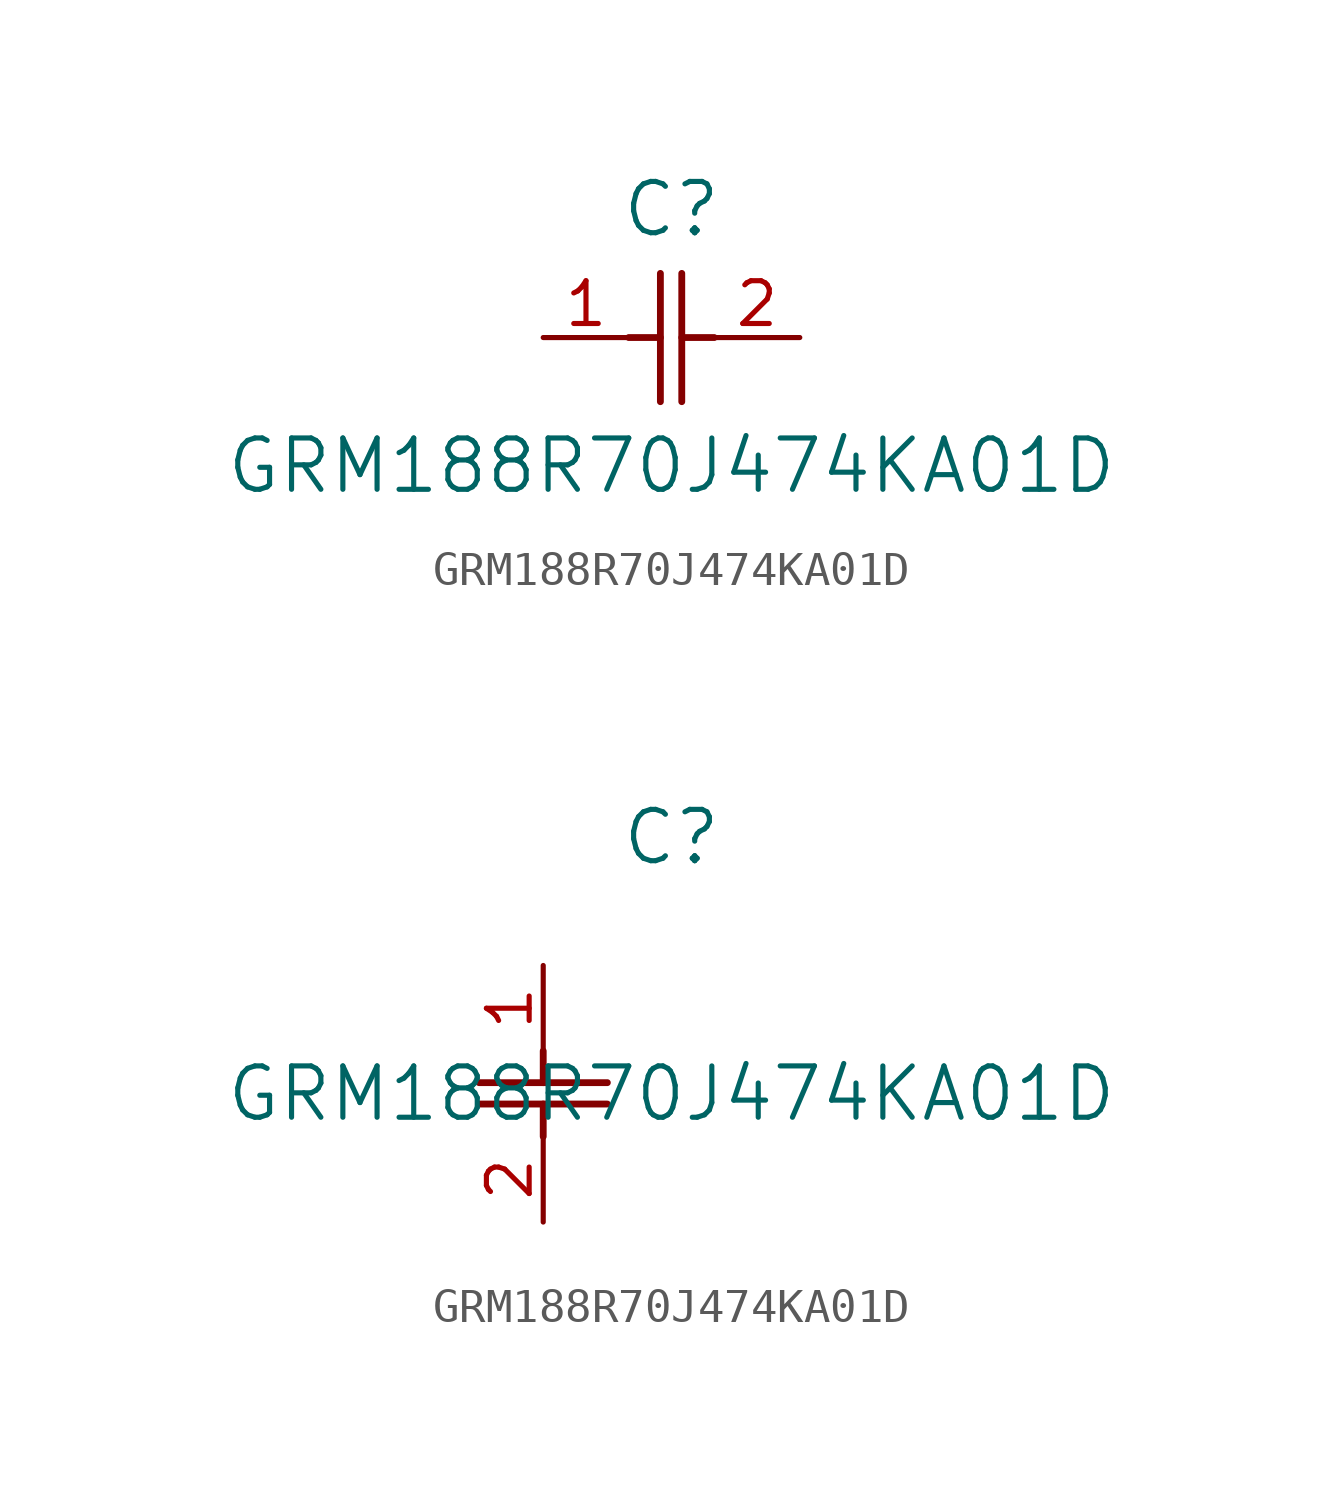
<source format=kicad_sym>
(kicad_symbol_lib
  (version 20211014)
  (generator kicad_symbol_editor)
  (symbol "GRM188R70J474KA01D"
    (pin_names
      (offset 0.254))
    (property "Reference" "C"
      (at 3.81 3.81 0)
      (effects (font (size 1.524 1.524))))
    (property "Value" "GRM188R70J474KA01D"
      (at 3.81 -3.81 0)
      (effects (font (size 1.524 1.524))))
    (symbol "GRM188R70J474KA01D_1_1"
      (polyline (pts (xy 3.48 -1.905) (xy 3.48 1.905)) (stroke (width 0.203) (type default) (color 0 0 0 0)) (fill (type none)))
      (polyline (pts (xy 4.115 -1.905) (xy 4.115 1.905)) (stroke (width 0.203) (type default) (color 0 0 0 0)) (fill (type none)))
      (polyline (pts (xy 4.115 0) (xy 5.08 0)) (stroke (width 0.203) (type default) (color 0 0 0 0)) (fill (type none)))
      (polyline (pts (xy 2.54 0) (xy 3.48 0)) (stroke (width 0.203) (type default) (color 0 0 0 0)) (fill (type none)))
      (pin unspecified line (at 0 0 0) (length 2.54) (name "" (effects (font (size 1.27 1.27)))) (number "1" (effects (font (size 1.27 1.27)))))
      (pin unspecified line (at 7.62 0 180) (length 2.54) (name "" (effects (font (size 1.27 1.27)))) (number "2" (effects (font (size 1.27 1.27))))))
    (symbol "GRM188R70J474KA01D_1_2"
      (polyline (pts (xy -1.905 -3.48) (xy 1.905 -3.48)) (stroke (width 0.203) (type default) (color 0 0 0 0)) (fill (type none)))
      (polyline (pts (xy -1.905 -4.115) (xy 1.905 -4.115)) (stroke (width 0.203) (type default) (color 0 0 0 0)) (fill (type none)))
      (polyline (pts (xy 0 -4.115) (xy 0 -5.08)) (stroke (width 0.203) (type default) (color 0 0 0 0)) (fill (type none)))
      (polyline (pts (xy 0 -2.54) (xy 0 -3.48)) (stroke (width 0.203) (type default) (color 0 0 0 0)) (fill (type none)))
      (pin unspecified line (at 0 0 270) (length 2.54) (name "" (effects (font (size 1.27 1.27)))) (number "1" (effects (font (size 1.27 1.27)))))
      (pin unspecified line (at 0 -7.62 90) (length 2.54) (name "" (effects (font (size 1.27 1.27)))) (number "2" (effects (font (size 1.27 1.27))))))))
</source>
